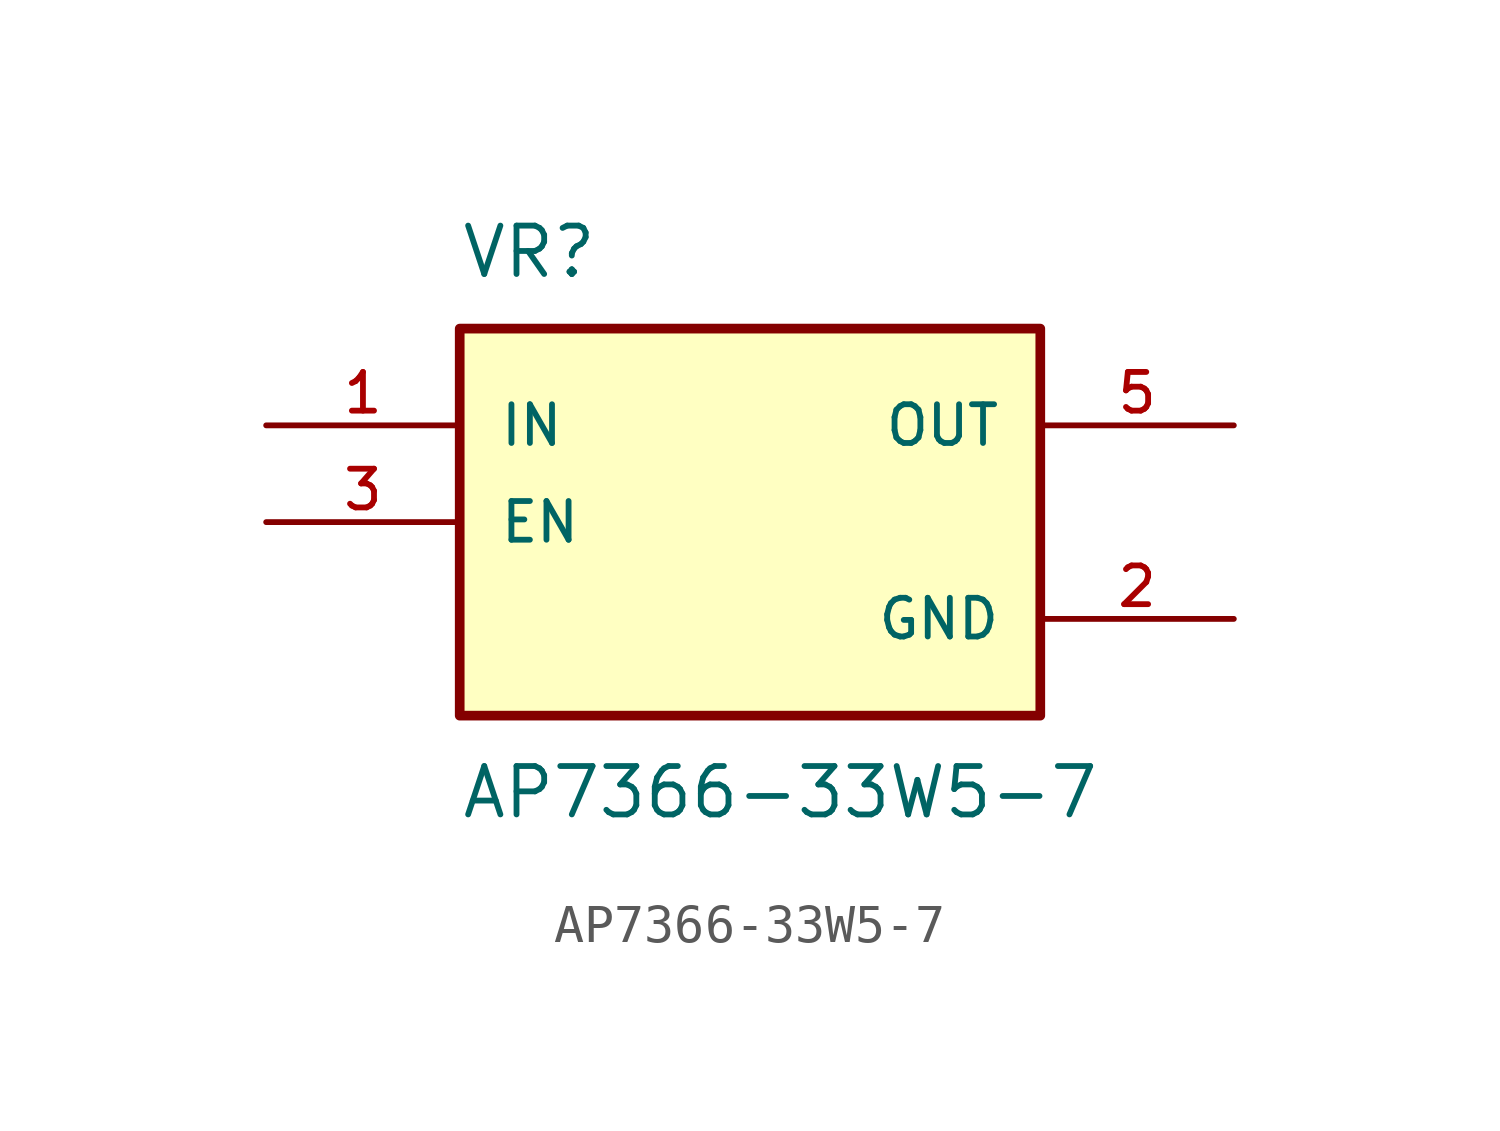
<source format=kicad_sym>
(kicad_symbol_lib
  (version 20241209)
  (generator "kicad_symbol_editor")
  (generator_version "9.0")
  (symbol "AP7366-33W5-7"
    (pin_names
      (offset 1.016))
    (property "Reference" "VR"
      (at -7.62 6.35 0)
      (effects (font (size 1.27 1.27)) (justify left bottom)))
    (property "Value" "AP7366-33W5-7"
      (at -7.62 -6.35 0)
      (effects (font (size 1.27 1.27)) (justify left top)))
    (symbol "AP7366-33W5-7_0_0"
      (rectangle (start -7.62 -5.08) (end 7.62 5.08) (stroke (width 0.254) (type default)) (fill (type background)))
      (pin input line (at -12.7 2.54 0) (length 5.08) (name "IN" (effects (font (size 1.016 1.016)))) (number "1" (effects (font (size 1.016 1.016)))))
      (pin input line (at -12.7 0 0) (length 5.08) (name "EN" (effects (font (size 1.016 1.016)))) (number "3" (effects (font (size 1.016 1.016)))))
      (pin output line (at 12.7 2.54 180) (length 5.08) (name "OUT" (effects (font (size 1.016 1.016)))) (number "5" (effects (font (size 1.016 1.016)))))
      (pin power_in line (at 12.7 -2.54 180) (length 5.08) (name "GND" (effects (font (size 1.016 1.016)))) (number "2" (effects (font (size 1.016 1.016))))))))
</source>
